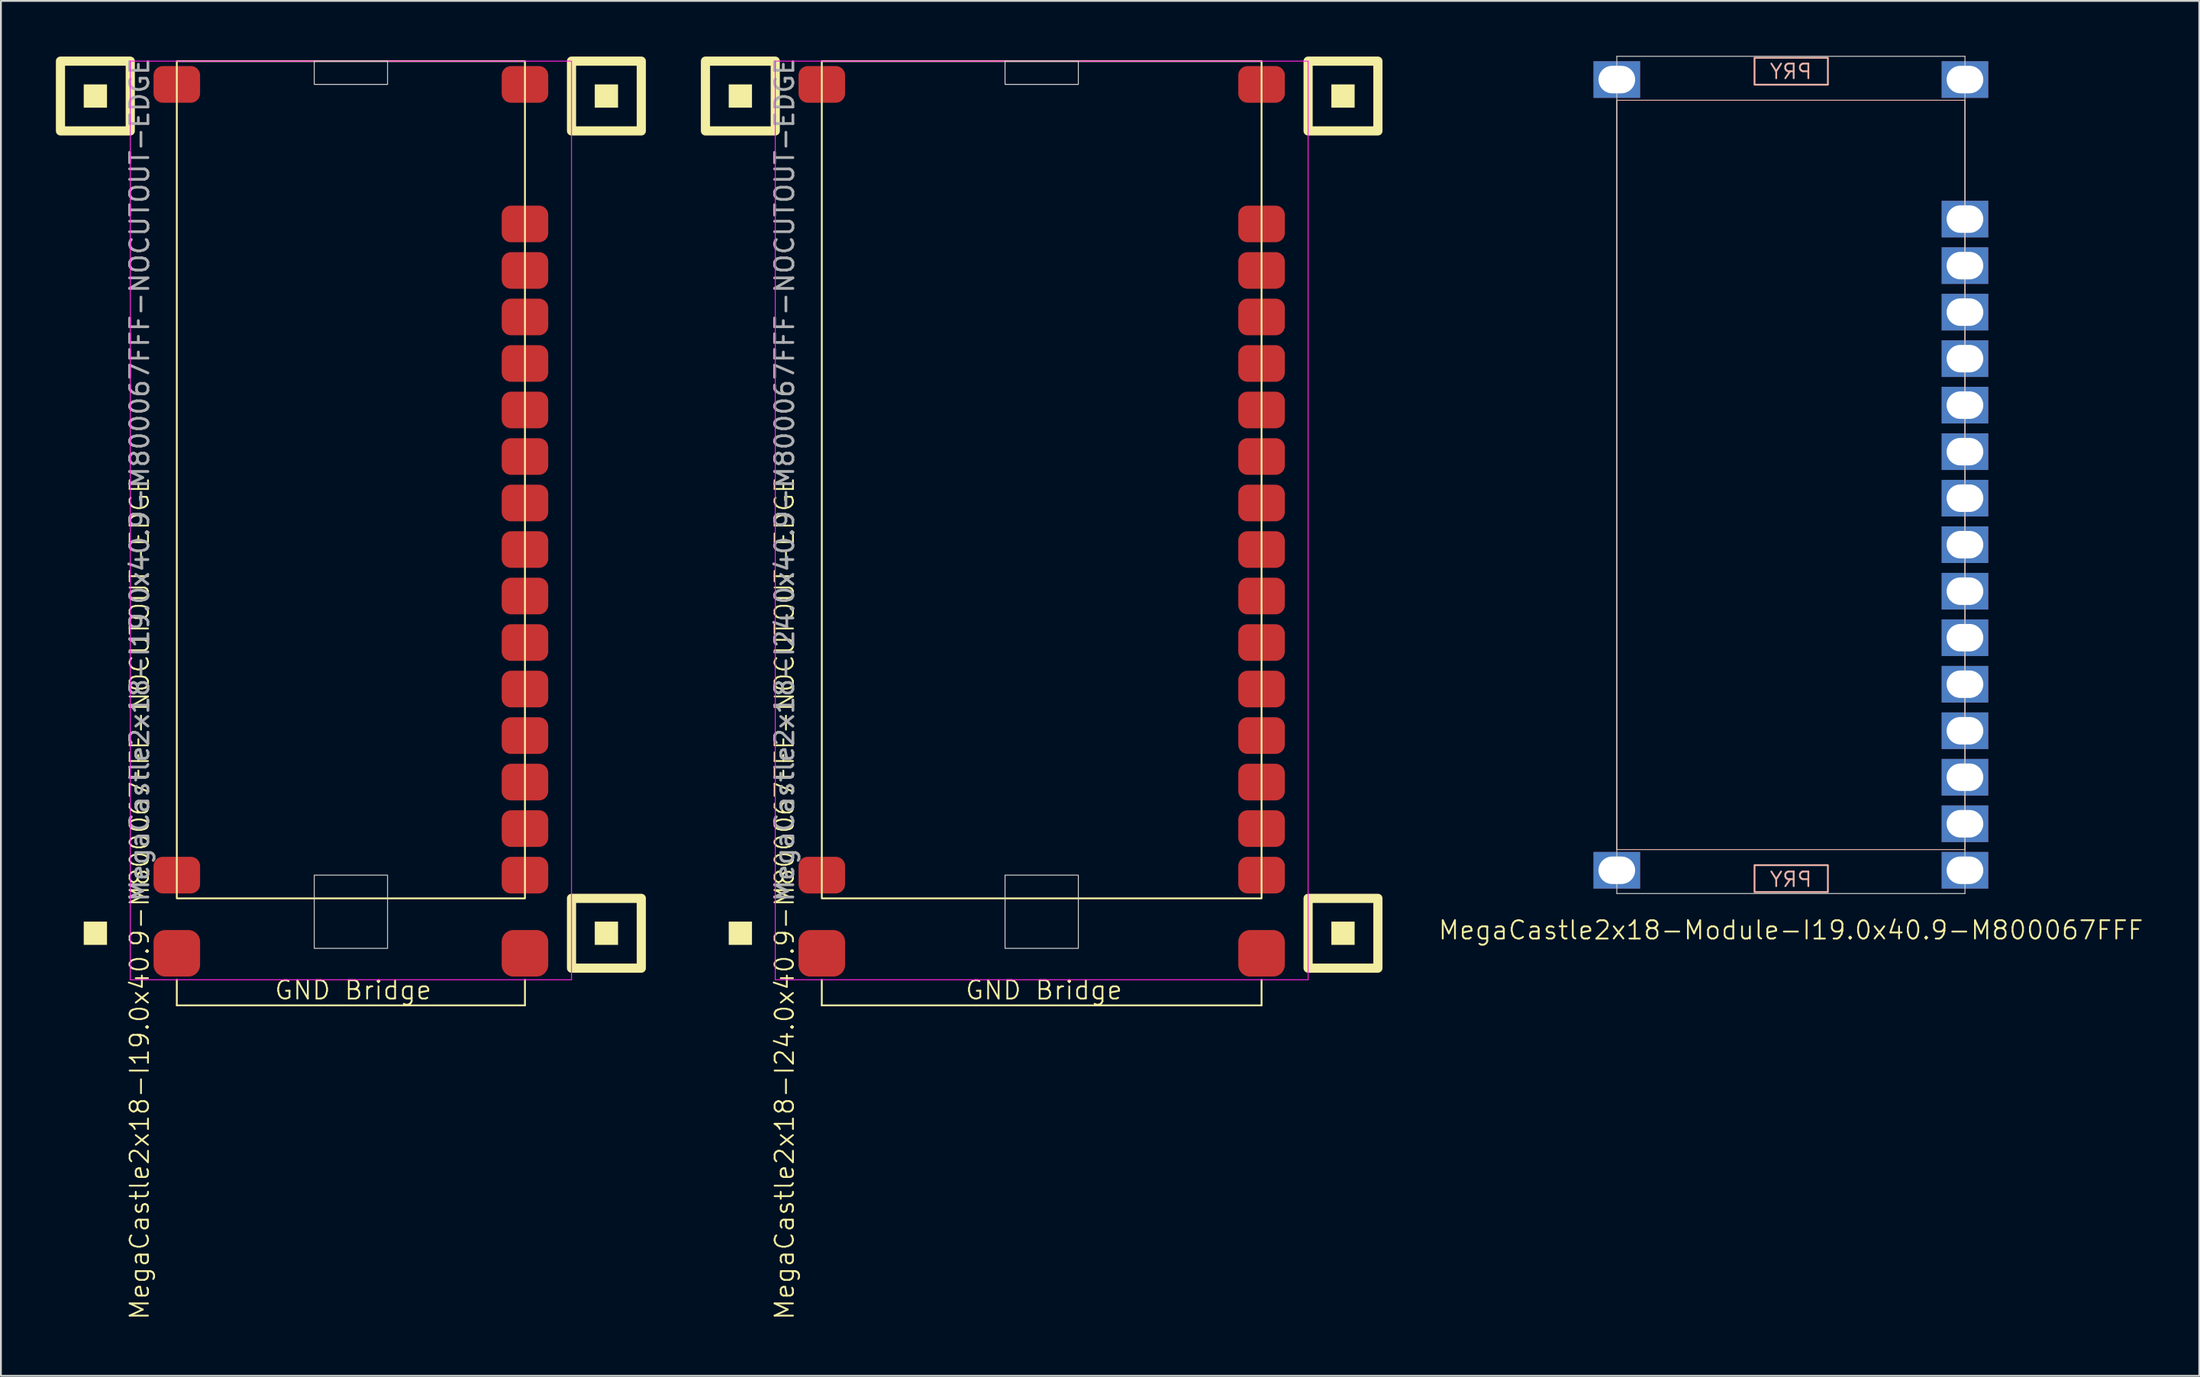
<source format=kicad_pcb>
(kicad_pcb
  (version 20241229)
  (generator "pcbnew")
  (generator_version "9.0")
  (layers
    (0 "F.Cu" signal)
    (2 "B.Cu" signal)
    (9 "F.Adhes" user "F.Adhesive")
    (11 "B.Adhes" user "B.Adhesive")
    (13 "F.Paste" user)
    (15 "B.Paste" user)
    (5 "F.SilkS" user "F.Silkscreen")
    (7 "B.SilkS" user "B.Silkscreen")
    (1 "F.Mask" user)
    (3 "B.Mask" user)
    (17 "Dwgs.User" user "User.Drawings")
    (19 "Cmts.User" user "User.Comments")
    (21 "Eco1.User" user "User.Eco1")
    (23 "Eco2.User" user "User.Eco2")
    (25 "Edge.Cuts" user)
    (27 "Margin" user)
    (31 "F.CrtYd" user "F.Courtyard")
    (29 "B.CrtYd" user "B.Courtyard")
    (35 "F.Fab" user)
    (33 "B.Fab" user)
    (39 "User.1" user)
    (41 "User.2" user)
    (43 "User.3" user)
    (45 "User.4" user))
  (footprint "MegaCastle2x18-I24.0x40.9-M800067FFF-NOCUTOUT-EDGE"
    (layer "F.Cu")
    (at 53.8 23.149)
    (property "Reference" "MegaCastle2x18-I24.0x40.9-M800067FFF-NOCUTOUT-EDGE" (at -14.032 22.86 90) (unlocked yes) (layer "F.SilkS") (effects (font (size 1 1) (thickness 0.1))))
    (attr smd)
    (fp_line (start -12 27.305) (end -12 28.705) (stroke (width 0.1) (type default)) (layer "F.SilkS"))
    (fp_line (start -12 28.705) (end 12 28.705) (stroke (width 0.1) (type default)) (layer "F.SilkS"))
    (fp_line (start 12 27.305) (end 12 28.705) (stroke (width 0.1) (type default)) (layer "F.SilkS"))
    (fp_rect (start -15.81 -20.32) (end -17.08 -21.59) (stroke (width 0) (type solid)) (fill yes) (layer "F.SilkS"))
    (fp_rect (start -15.81 25.4) (end -17.08 24.13) (stroke (width 0) (type solid)) (fill yes) (layer "F.SilkS"))
    (fp_rect (start -14.54 -19.05) (end -18.35 -22.86) (stroke (width 0.5) (type default)) (fill no) (layer "F.SilkS"))
    (fp_rect (start -12 -22.86) (end 12 22.86) (stroke (width 0.1) (type default)) (fill no) (layer "F.SilkS"))
    (fp_rect (start 17.08 -20.32) (end 15.81 -21.59) (stroke (width 0) (type solid)) (fill yes) (layer "F.SilkS"))
    (fp_rect (start 17.08 25.4) (end 15.81 24.13) (stroke (width 0) (type solid)) (fill yes) (layer "F.SilkS"))
    (fp_rect (start 18.35 -19.05) (end 14.54 -22.86) (stroke (width 0.5) (type default)) (fill no) (layer "F.SilkS"))
    (fp_rect (start 18.35 26.67) (end 14.54 22.86) (stroke (width 0.5) (type default)) (fill no) (layer "F.SilkS"))
    (fp_rect (start -2 -21.59) (end 2 -22.86) (stroke (width 0.05) (type default)) (fill no) (layer "Edge.Cuts"))
    (fp_rect (start -2 21.59) (end 2 25.59) (stroke (width 0.05) (type default)) (fill no) (layer "Edge.Cuts"))
    (fp_line (start -14.54 -22.86) (end -14.54 27.305) (stroke (width 0.05) (type default)) (layer "F.CrtYd"))
    (fp_line (start -14.54 27.305) (end 14.54 27.305) (stroke (width 0.05) (type default)) (layer "F.CrtYd"))
    (fp_line (start 14.54 -22.86) (end -14.54 -22.86) (stroke (width 0.05) (type default)) (layer "F.CrtYd"))
    (fp_line (start 14.54 -22.86) (end 14.54 27.305) (stroke (width 0.05) (type default)) (layer "F.CrtYd"))
    (fp_text user "GND Bridge" (at -4.226 28.46 0) (unlocked yes) (layer "F.SilkS") (effects (font (size 1 1) (thickness 0.1)) (justify left bottom)))
    (fp_text user "${REFERENCE}" (at -14.032 0 90) (unlocked yes) (layer "F.Fab") (effects (font (size 1 1) (thickness 0.15))))
    (pad "1" smd roundrect (at -12 -21.59) (size 2.54 2) (layers "F.Cu" "F.Mask" "F.Paste") (roundrect_rratio 0.25))
    (pad "18" smd roundrect (at -12 21.59) (size 2.54 2) (layers "F.Cu" "F.Mask" "F.Paste") (roundrect_rratio 0.25))
    (pad "19" smd roundrect (at 12 -21.59) (size 2.54 2) (layers "F.Cu" "F.Mask" "F.Paste") (roundrect_rratio 0.25))
    (pad "22" smd roundrect (at 12 -13.97) (size 2.54 2) (layers "F.Cu" "F.Mask" "F.Paste") (roundrect_rratio 0.25))
    (pad "23" smd roundrect (at 12 -11.43) (size 2.54 2) (layers "F.Cu" "F.Mask" "F.Paste") (roundrect_rratio 0.25))
    (pad "24" smd roundrect (at 12 -8.89) (size 2.54 2) (layers "F.Cu" "F.Mask" "F.Paste") (roundrect_rratio 0.25))
    (pad "25" smd roundrect (at 12 -6.35) (size 2.54 2) (layers "F.Cu" "F.Mask" "F.Paste") (roundrect_rratio 0.25))
    (pad "26" smd roundrect (at 12 -3.81) (size 2.54 2) (layers "F.Cu" "F.Mask" "F.Paste") (roundrect_rratio 0.25))
    (pad "27" smd roundrect (at 12 -1.27) (size 2.54 2) (layers "F.Cu" "F.Mask" "F.Paste") (roundrect_rratio 0.25))
    (pad "28" smd roundrect (at 12 1.27) (size 2.54 2) (layers "F.Cu" "F.Mask" "F.Paste") (roundrect_rratio 0.25))
    (pad "29" smd roundrect (at 12 3.81) (size 2.54 2) (layers "F.Cu" "F.Mask" "F.Paste") (roundrect_rratio 0.25))
    (pad "30" smd roundrect (at 12 6.35) (size 2.54 2) (layers "F.Cu" "F.Mask" "F.Paste") (roundrect_rratio 0.25))
    (pad "31" smd roundrect (at 12 8.89) (size 2.54 2) (layers "F.Cu" "F.Mask" "F.Paste") (roundrect_rratio 0.25))
    (pad "32" smd roundrect (at 12 11.43) (size 2.54 2) (layers "F.Cu" "F.Mask" "F.Paste") (roundrect_rratio 0.25))
    (pad "33" smd roundrect (at 12 13.97) (size 2.54 2) (layers "F.Cu" "F.Mask" "F.Paste") (roundrect_rratio 0.25))
    (pad "34" smd roundrect (at 12 16.51) (size 2.54 2) (layers "F.Cu" "F.Mask" "F.Paste") (roundrect_rratio 0.25))
    (pad "35" smd roundrect (at 12 19.05) (size 2.54 2) (layers "F.Cu" "F.Mask" "F.Paste") (roundrect_rratio 0.25))
    (pad "36" smd roundrect (at 12 21.59) (size 2.54 2) (layers "F.Cu" "F.Mask" "F.Paste") (roundrect_rratio 0.25))
    (pad "B1" smd roundrect (at -12 25.86) (size 2.54 2.54) (layers "F.Cu" "F.Mask" "F.Paste") (roundrect_rratio 0.25))
    (pad "B2" smd roundrect (at 12 25.86) (size 2.54 2.54) (layers "F.Cu" "F.Mask" "F.Paste") (roundrect_rratio 0.25)))
  (footprint "MegaCastle2x18-Module-I19.0x40.9-M800067FFF"
    (layer "F.Cu")
    (at 94.688 22.885)
    (property "Reference" "MegaCastle2x18-Module-I19.0x40.9-M800067FFF" (at 0 24.86 0) (unlocked yes) (layer "F.SilkS") (effects (font (size 1 1) (thickness 0.1))))
    (attr smd)
    (fp_rect (start -9.5 20.46) (end 9.5 -20.46) (stroke (width 0.05) (type default)) (fill no) (layer "B.SilkS"))
    (fp_rect (start -1.984 -21.311) (end 2.02 -22.78) (stroke (width 0.1) (type default)) (fill no) (layer "B.SilkS"))
    (fp_rect (start -1.984 21.311) (end 2.02 22.78) (stroke (width 0.1) (type default)) (fill no) (layer "B.SilkS"))
    (fp_line (start -9.5 -22.86) (end -9.5 22.86) (stroke (width 0.05) (type default)) (layer "Edge.Cuts"))
    (fp_line (start -9.5 -22.86) (end 9.5 -22.86) (stroke (width 0.05) (type default)) (layer "Edge.Cuts"))
    (fp_line (start -9.5 22.86) (end 9.5 22.86) (stroke (width 0.05) (type default)) (layer "Edge.Cuts"))
    (fp_line (start 9.5 -22.86) (end 9.5 22.86) (stroke (width 0.05) (type default)) (layer "Edge.Cuts"))
    (fp_text user "PRY" (at 0 22.56 0) (unlocked yes) (layer "B.SilkS") (effects (font (size 0.8 0.8) (thickness 0.1)) (justify bottom mirror)))
    (fp_text user "PRY" (at 0 -21.56 0) (unlocked yes) (layer "B.SilkS") (effects (font (size 0.8 0.8) (thickness 0.1)) (justify bottom mirror)))
    (pad "1" thru_hole rect (at -9.5 -21.59) (size 2.54 2) (drill oval 2 1.5) (property pad_prop_castellated) (layers "*.Cu" "*.Mask"))
    (pad "18" thru_hole rect (at -9.5 21.59) (size 2.54 2) (drill oval 2 1.5) (property pad_prop_castellated) (layers "*.Cu" "*.Mask"))
    (pad "19" thru_hole rect (at 9.5 -21.59) (size 2.54 2) (drill oval 2 1.5) (property pad_prop_castellated) (layers "*.Cu" "*.Mask"))
    (pad "22" thru_hole rect (at 9.5 -13.97) (size 2.54 2) (drill oval 2 1.5) (property pad_prop_castellated) (layers "*.Cu" "*.Mask"))
    (pad "23" thru_hole rect (at 9.5 -11.43) (size 2.54 2) (drill oval 2 1.5) (property pad_prop_castellated) (layers "*.Cu" "*.Mask"))
    (pad "24" thru_hole rect (at 9.5 -8.89) (size 2.54 2) (drill oval 2 1.5) (property pad_prop_castellated) (layers "*.Cu" "*.Mask"))
    (pad "25" thru_hole rect (at 9.5 -6.35) (size 2.54 2) (drill oval 2 1.5) (property pad_prop_castellated) (layers "*.Cu" "*.Mask"))
    (pad "26" thru_hole rect (at 9.5 -3.81) (size 2.54 2) (drill oval 2 1.5) (property pad_prop_castellated) (layers "*.Cu" "*.Mask"))
    (pad "27" thru_hole rect (at 9.5 -1.27) (size 2.54 2) (drill oval 2 1.5) (property pad_prop_castellated) (layers "*.Cu" "*.Mask"))
    (pad "28" thru_hole rect (at 9.5 1.27) (size 2.54 2) (drill oval 2 1.5) (property pad_prop_castellated) (layers "*.Cu" "*.Mask"))
    (pad "29" thru_hole rect (at 9.5 3.81) (size 2.54 2) (drill oval 2 1.5) (property pad_prop_castellated) (layers "*.Cu" "*.Mask"))
    (pad "30" thru_hole rect (at 9.5 6.35) (size 2.54 2) (drill oval 2 1.5) (property pad_prop_castellated) (layers "*.Cu" "*.Mask"))
    (pad "31" thru_hole rect (at 9.5 8.89) (size 2.54 2) (drill oval 2 1.5) (property pad_prop_castellated) (layers "*.Cu" "*.Mask"))
    (pad "32" thru_hole rect (at 9.5 11.43) (size 2.54 2) (drill oval 2 1.5) (property pad_prop_castellated) (layers "*.Cu" "*.Mask"))
    (pad "33" thru_hole rect (at 9.5 13.97) (size 2.54 2) (drill oval 2 1.5) (property pad_prop_castellated) (layers "*.Cu" "*.Mask"))
    (pad "34" thru_hole rect (at 9.5 16.51) (size 2.54 2) (drill oval 2 1.5) (property pad_prop_castellated) (layers "*.Cu" "*.Mask"))
    (pad "35" thru_hole rect (at 9.5 19.05) (size 2.54 2) (drill oval 2 1.5) (property pad_prop_castellated) (layers "*.Cu" "*.Mask"))
    (pad "36" thru_hole rect (at 9.5 21.59) (size 2.54 2) (drill oval 2 1.5) (property pad_prop_castellated) (layers "*.Cu" "*.Mask"))
    (zone (net_name "") (layer "B.Cu") (hatch edge 0.5) (connect_pads) (min_thickness 0.25) (filled_areas_thickness no) (keepout (tracks allowed) (vias allowed) (pads allowed) (copperpour allowed) (footprints not_allowed)) (placement (enabled no)) (fill) (polygon (pts (xy 85.188 45.745) (xy 85.188 0.025))))
    (zone (net_name "") (layer "B.Cu") (hatch edge 0.5) (connect_pads) (min_thickness 0.25) (filled_areas_thickness no) (keepout (tracks allowed) (vias allowed) (pads allowed) (copperpour allowed) (footprints not_allowed)) (placement (enabled no)) (fill) (polygon (pts (xy 104.188 45.745) (xy 104.188 0.025))))
    (zone (net_name "") (layer "B.Cu") (hatch edge 0.5) (connect_pads) (min_thickness 0.25) (filled_areas_thickness no) (keepout (tracks allowed) (vias allowed) (pads allowed) (copperpour allowed) (footprints not_allowed)) (placement (enabled no)) (fill) (polygon (pts (xy 85.188 0.025) (xy 85.188 2.425) (xy 104.188 2.425) (xy 104.188 0.025))))
    (zone (net_name "") (layer "B.Cu") (hatch edge 0.5) (connect_pads) (min_thickness 0.25) (filled_areas_thickness no) (keepout (tracks allowed) (vias allowed) (pads allowed) (copperpour allowed) (footprints not_allowed)) (placement (enabled no)) (fill) (polygon (pts (xy 85.188 45.745) (xy 85.188 43.345) (xy 104.188 43.345) (xy 104.188 45.745))))
    (zone (net_name "") (layer "B.Cu") (name "Upper Pry Zone") (hatch edge 0.5) (connect_pads) (min_thickness 0.25) (filled_areas_thickness no) (keepout (tracks not_allowed) (vias not_allowed) (pads not_allowed) (copperpour allowed) (footprints not_allowed)) (placement (enabled no)) (fill) (polygon (pts (xy 92.704 1.574) (xy 92.704 0.105) (xy 96.708 0.105) (xy 96.708 1.574))))
    (zone (net_name "") (layer "B.Cu") (name "Upper Pry Zone") (hatch edge 0.5) (connect_pads) (min_thickness 0.25) (filled_areas_thickness no) (keepout (tracks not_allowed) (vias not_allowed) (pads not_allowed) (copperpour allowed) (footprints not_allowed)) (placement (enabled no)) (fill) (polygon (pts (xy 92.704 44.196) (xy 92.704 45.665) (xy 96.708 45.665) (xy 96.708 44.196)))))
  (footprint "MegaCastle2x18-I19.0x40.9-M800067FFF-NOCUTOUT-EDGE"
    (layer "F.Cu")
    (at 16.1 23.149)
    (property "Reference" "MegaCastle2x18-I19.0x40.9-M800067FFF-NOCUTOUT-EDGE" (at -11.532 22.86 90) (unlocked yes) (layer "F.SilkS") (effects (font (size 1 1) (thickness 0.1))))
    (attr smd)
    (fp_line (start -9.5 27.305) (end -9.5 28.705) (stroke (width 0.1) (type default)) (layer "F.SilkS"))
    (fp_line (start -9.5 28.705) (end 9.5 28.705) (stroke (width 0.1) (type default)) (layer "F.SilkS"))
    (fp_line (start 9.5 27.305) (end 9.5 28.705) (stroke (width 0.1) (type default)) (layer "F.SilkS"))
    (fp_rect (start -13.31 -20.32) (end -14.58 -21.59) (stroke (width 0) (type solid)) (fill yes) (layer "F.SilkS"))
    (fp_rect (start -13.31 25.4) (end -14.58 24.13) (stroke (width 0) (type solid)) (fill yes) (layer "F.SilkS"))
    (fp_rect (start -12.04 -19.05) (end -15.85 -22.86) (stroke (width 0.5) (type default)) (fill no) (layer "F.SilkS"))
    (fp_rect (start -9.5 -22.86) (end 9.5 22.86) (stroke (width 0.1) (type default)) (fill no) (layer "F.SilkS"))
    (fp_rect (start 14.58 -20.32) (end 13.31 -21.59) (stroke (width 0) (type solid)) (fill yes) (layer "F.SilkS"))
    (fp_rect (start 14.58 25.4) (end 13.31 24.13) (stroke (width 0) (type solid)) (fill yes) (layer "F.SilkS"))
    (fp_rect (start 15.85 -19.05) (end 12.04 -22.86) (stroke (width 0.5) (type default)) (fill no) (layer "F.SilkS"))
    (fp_rect (start 15.85 26.67) (end 12.04 22.86) (stroke (width 0.5) (type default)) (fill no) (layer "F.SilkS"))
    (fp_rect (start -2 -21.59) (end 2 -22.86) (stroke (width 0.05) (type default)) (fill no) (layer "Edge.Cuts"))
    (fp_rect (start -2 21.59) (end 2 25.59) (stroke (width 0.05) (type default)) (fill no) (layer "Edge.Cuts"))
    (fp_line (start -12.04 -22.86) (end -12.04 27.305) (stroke (width 0.05) (type default)) (layer "F.CrtYd"))
    (fp_line (start -12.04 27.305) (end 12.04 27.305) (stroke (width 0.05) (type default)) (layer "F.CrtYd"))
    (fp_line (start 12.04 -22.86) (end -12.04 -22.86) (stroke (width 0.05) (type default)) (layer "F.CrtYd"))
    (fp_line (start 12.04 -22.86) (end 12.04 27.305) (stroke (width 0.05) (type default)) (layer "F.CrtYd"))
    (fp_text user "GND Bridge" (at -4.226 28.46 0) (unlocked yes) (layer "F.SilkS") (effects (font (size 1 1) (thickness 0.1)) (justify left bottom)))
    (fp_text user "${REFERENCE}" (at -11.532 0 90) (unlocked yes) (layer "F.Fab") (effects (font (size 1 1) (thickness 0.15))))
    (pad "1" smd roundrect (at -9.5 -21.59) (size 2.54 2) (layers "F.Cu" "F.Mask" "F.Paste") (roundrect_rratio 0.25))
    (pad "18" smd roundrect (at -9.5 21.59) (size 2.54 2) (layers "F.Cu" "F.Mask" "F.Paste") (roundrect_rratio 0.25))
    (pad "19" smd roundrect (at 9.5 -21.59) (size 2.54 2) (layers "F.Cu" "F.Mask" "F.Paste") (roundrect_rratio 0.25))
    (pad "22" smd roundrect (at 9.5 -13.97) (size 2.54 2) (layers "F.Cu" "F.Mask" "F.Paste") (roundrect_rratio 0.25))
    (pad "23" smd roundrect (at 9.5 -11.43) (size 2.54 2) (layers "F.Cu" "F.Mask" "F.Paste") (roundrect_rratio 0.25))
    (pad "24" smd roundrect (at 9.5 -8.89) (size 2.54 2) (layers "F.Cu" "F.Mask" "F.Paste") (roundrect_rratio 0.25))
    (pad "25" smd roundrect (at 9.5 -6.35) (size 2.54 2) (layers "F.Cu" "F.Mask" "F.Paste") (roundrect_rratio 0.25))
    (pad "26" smd roundrect (at 9.5 -3.81) (size 2.54 2) (layers "F.Cu" "F.Mask" "F.Paste") (roundrect_rratio 0.25))
    (pad "27" smd roundrect (at 9.5 -1.27) (size 2.54 2) (layers "F.Cu" "F.Mask" "F.Paste") (roundrect_rratio 0.25))
    (pad "28" smd roundrect (at 9.5 1.27) (size 2.54 2) (layers "F.Cu" "F.Mask" "F.Paste") (roundrect_rratio 0.25))
    (pad "29" smd roundrect (at 9.5 3.81) (size 2.54 2) (layers "F.Cu" "F.Mask" "F.Paste") (roundrect_rratio 0.25))
    (pad "30" smd roundrect (at 9.5 6.35) (size 2.54 2) (layers "F.Cu" "F.Mask" "F.Paste") (roundrect_rratio 0.25))
    (pad "31" smd roundrect (at 9.5 8.89) (size 2.54 2) (layers "F.Cu" "F.Mask" "F.Paste") (roundrect_rratio 0.25))
    (pad "32" smd roundrect (at 9.5 11.43) (size 2.54 2) (layers "F.Cu" "F.Mask" "F.Paste") (roundrect_rratio 0.25))
    (pad "33" smd roundrect (at 9.5 13.97) (size 2.54 2) (layers "F.Cu" "F.Mask" "F.Paste") (roundrect_rratio 0.25))
    (pad "34" smd roundrect (at 9.5 16.51) (size 2.54 2) (layers "F.Cu" "F.Mask" "F.Paste") (roundrect_rratio 0.25))
    (pad "35" smd roundrect (at 9.5 19.05) (size 2.54 2) (layers "F.Cu" "F.Mask" "F.Paste") (roundrect_rratio 0.25))
    (pad "36" smd roundrect (at 9.5 21.59) (size 2.54 2) (layers "F.Cu" "F.Mask" "F.Paste") (roundrect_rratio 0.25))
    (pad "B1" smd roundrect (at -9.5 25.86) (size 2.54 2.54) (layers "F.Cu" "F.Mask" "F.Paste") (roundrect_rratio 0.25))
    (pad "B2" smd roundrect (at 9.5 25.86) (size 2.54 2.54) (layers "F.Cu" "F.Mask" "F.Paste") (roundrect_rratio 0.25)))
  (gr_rect
    (start -3 -3)
    (end 116.976 72.083)
    (stroke (width 0.1) (type default))
    (fill no)
    (layer "Edge.Cuts")))
</source>
